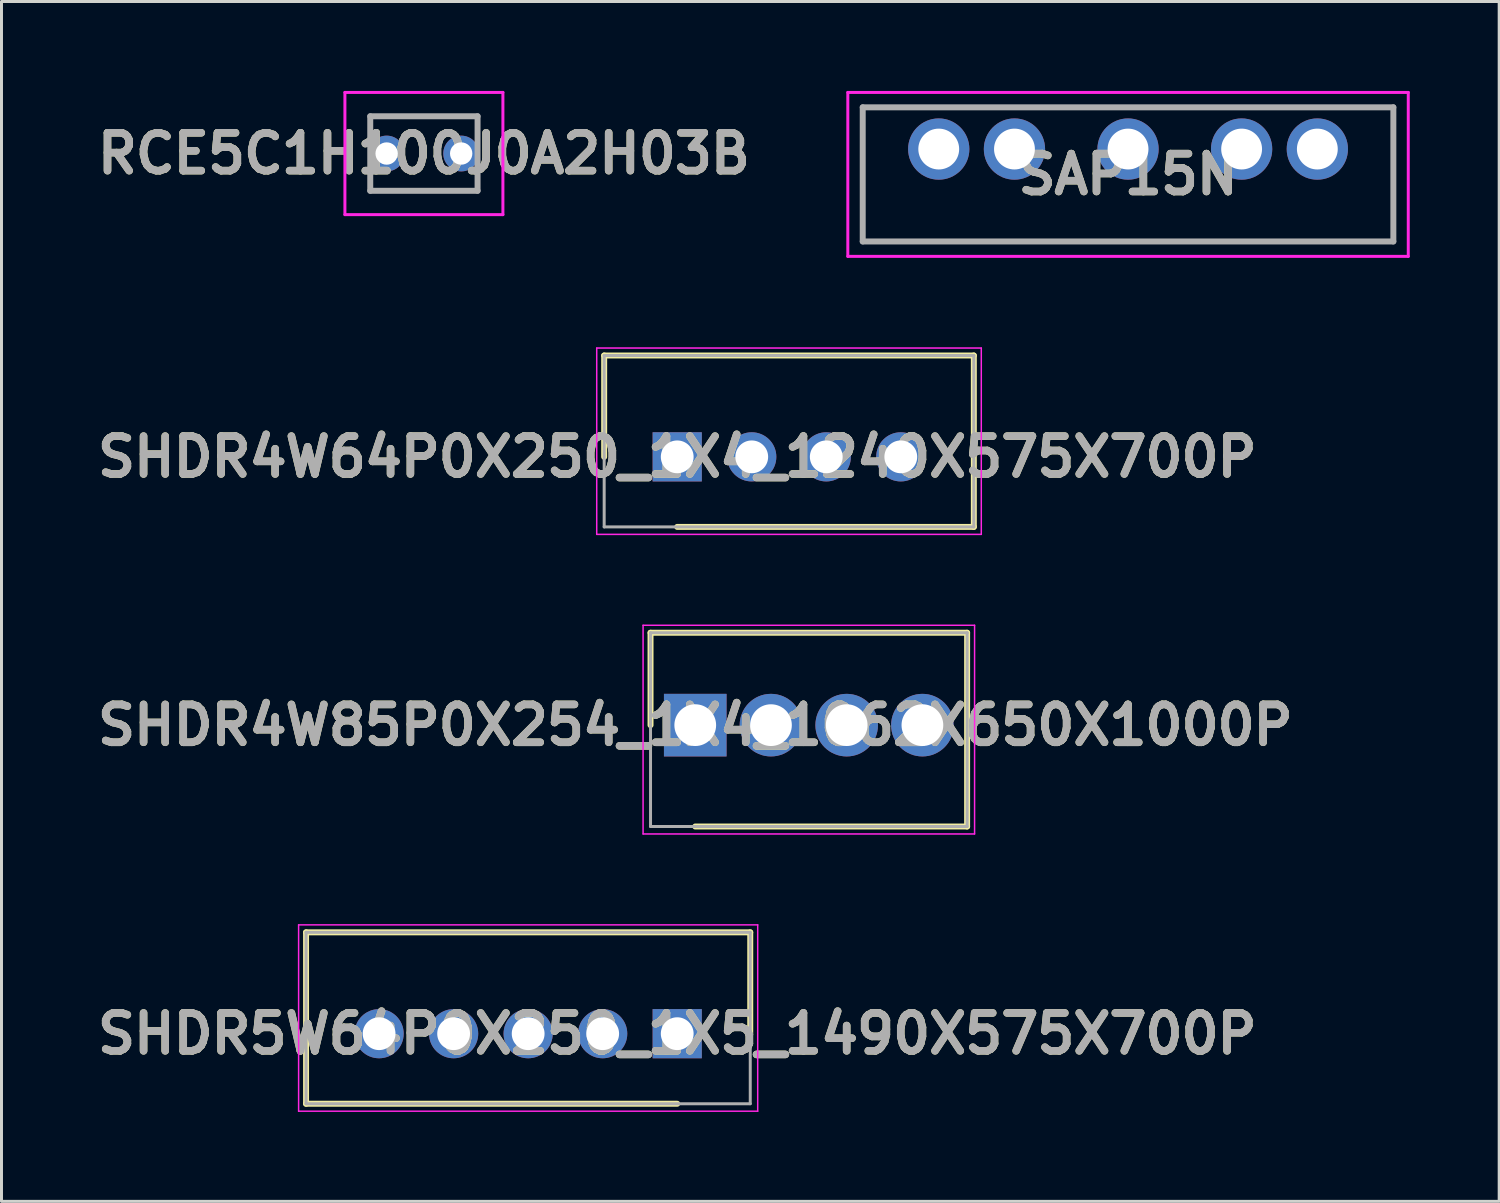
<source format=kicad_pcb>
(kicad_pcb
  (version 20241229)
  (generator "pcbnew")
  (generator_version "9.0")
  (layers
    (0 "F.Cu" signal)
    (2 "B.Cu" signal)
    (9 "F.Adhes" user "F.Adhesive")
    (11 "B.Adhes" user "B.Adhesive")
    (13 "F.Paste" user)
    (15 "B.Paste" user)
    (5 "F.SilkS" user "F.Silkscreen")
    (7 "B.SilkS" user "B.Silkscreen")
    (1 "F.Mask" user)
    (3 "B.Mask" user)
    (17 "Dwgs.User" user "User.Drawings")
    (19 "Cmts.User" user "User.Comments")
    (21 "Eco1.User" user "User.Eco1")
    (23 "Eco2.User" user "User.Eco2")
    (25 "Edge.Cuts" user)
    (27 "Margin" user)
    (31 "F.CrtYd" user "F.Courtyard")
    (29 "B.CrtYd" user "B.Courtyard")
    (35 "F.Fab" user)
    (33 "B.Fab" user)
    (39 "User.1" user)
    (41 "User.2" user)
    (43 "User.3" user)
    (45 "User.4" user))
  (footprint "SHDR5W64P0X250_1X5_1490X575X700P"
    (layer "F.Cu")
    (at 19.667 31.625)
    (property "Reference" "SHDR5W64P0X250_1X5_1490X575X700P" (at 0 0 0) (layer "F.SilkS") (effects (font (size 1.27 1.27) (thickness 0.254))))
    (attr through_hole)
    (fp_line (start -12.45 -3.4) (end 2.45 -3.4) (stroke (width 0.2) (type solid)) (layer "F.SilkS"))
    (fp_line (start -12.45 2.35) (end -12.45 -3.4) (stroke (width 0.2) (type solid)) (layer "F.SilkS"))
    (fp_line (start 0 2.35) (end -12.45 2.35) (stroke (width 0.2) (type solid)) (layer "F.SilkS"))
    (fp_line (start 2.45 -3.4) (end 2.45 0) (stroke (width 0.2) (type solid)) (layer "F.SilkS"))
    (fp_line (start -12.7 -3.65) (end 2.7 -3.65) (stroke (width 0.05) (type solid)) (layer "F.CrtYd"))
    (fp_line (start -12.7 2.6) (end -12.7 -3.65) (stroke (width 0.05) (type solid)) (layer "F.CrtYd"))
    (fp_line (start 2.7 -3.65) (end 2.7 2.6) (stroke (width 0.05) (type solid)) (layer "F.CrtYd"))
    (fp_line (start 2.7 2.6) (end -12.7 2.6) (stroke (width 0.05) (type solid)) (layer "F.CrtYd"))
    (fp_line (start -12.45 -3.4) (end 2.45 -3.4) (stroke (width 0.1) (type solid)) (layer "F.Fab"))
    (fp_line (start -12.45 2.35) (end -12.45 -3.4) (stroke (width 0.1) (type solid)) (layer "F.Fab"))
    (fp_line (start 2.45 -3.4) (end 2.45 2.35) (stroke (width 0.1) (type solid)) (layer "F.Fab"))
    (fp_line (start 2.45 2.35) (end -12.45 2.35) (stroke (width 0.1) (type solid)) (layer "F.Fab"))
    (fp_text user "${REFERENCE}" (at 0 0 0) (layer "F.Fab") (effects (font (size 1.27 1.27) (thickness 0.254))))
    (pad "1" thru_hole rect (at 0 0) (size 1.65 1.65) (drill 1.1) (layers "*.Cu" "*.Mask"))
    (pad "2" thru_hole circle (at -2.5 0) (size 1.65 1.65) (drill 1.1) (layers "*.Cu" "*.Mask"))
    (pad "3" thru_hole circle (at -5 0) (size 1.65 1.65) (drill 1.1) (layers "*.Cu" "*.Mask"))
    (pad "4" thru_hole circle (at -7.5 0) (size 1.65 1.65) (drill 1.1) (layers "*.Cu" "*.Mask"))
    (pad "5" thru_hole circle (at -10 0) (size 1.65 1.65) (drill 1.1) (layers "*.Cu" "*.Mask")))
  (footprint "SHDR4W64P0X250_1X4_1240X575X700P"
    (layer "F.Cu")
    (at 19.667 12.275)
    (property "Reference" "SHDR4W64P0X250_1X4_1240X575X700P" (at 0 0 0) (layer "F.SilkS") (effects (font (size 1.27 1.27) (thickness 0.254))))
    (attr through_hole)
    (fp_line (start -2.45 -3.4) (end -2.45 0) (stroke (width 0.2) (type solid)) (layer "F.SilkS"))
    (fp_line (start 0 2.35) (end 9.95 2.35) (stroke (width 0.2) (type solid)) (layer "F.SilkS"))
    (fp_line (start 9.95 -3.4) (end -2.45 -3.4) (stroke (width 0.2) (type solid)) (layer "F.SilkS"))
    (fp_line (start 9.95 2.35) (end 9.95 -3.4) (stroke (width 0.2) (type solid)) (layer "F.SilkS"))
    (fp_line (start -2.7 -3.65) (end 10.2 -3.65) (stroke (width 0.05) (type solid)) (layer "F.CrtYd"))
    (fp_line (start -2.7 2.6) (end -2.7 -3.65) (stroke (width 0.05) (type solid)) (layer "F.CrtYd"))
    (fp_line (start 10.2 -3.65) (end 10.2 2.6) (stroke (width 0.05) (type solid)) (layer "F.CrtYd"))
    (fp_line (start 10.2 2.6) (end -2.7 2.6) (stroke (width 0.05) (type solid)) (layer "F.CrtYd"))
    (fp_line (start -2.45 -3.4) (end 9.95 -3.4) (stroke (width 0.1) (type solid)) (layer "F.Fab"))
    (fp_line (start -2.45 2.35) (end -2.45 -3.4) (stroke (width 0.1) (type solid)) (layer "F.Fab"))
    (fp_line (start 9.95 -3.4) (end 9.95 2.35) (stroke (width 0.1) (type solid)) (layer "F.Fab"))
    (fp_line (start 9.95 2.35) (end -2.45 2.35) (stroke (width 0.1) (type solid)) (layer "F.Fab"))
    (fp_text user "${REFERENCE}" (at 0 0 0) (layer "F.Fab") (effects (font (size 1.27 1.27) (thickness 0.254))))
    (pad "1" thru_hole rect (at 0 0) (size 1.65 1.65) (drill 1.1) (layers "*.Cu" "*.Mask"))
    (pad "2" thru_hole circle (at 2.5 0) (size 1.65 1.65) (drill 1.1) (layers "*.Cu" "*.Mask"))
    (pad "3" thru_hole circle (at 5 0) (size 1.65 1.65) (drill 1.1) (layers "*.Cu" "*.Mask"))
    (pad "4" thru_hole circle (at 7.5 0) (size 1.65 1.65) (drill 1.1) (layers "*.Cu" "*.Mask")))
  (footprint "SAP15N"
    (layer "F.Cu")
    (at 28.44 1.95)
    (property "Reference" "SAP15N" (at 6.35 0.85 0) (layer "F.SilkS") (effects (font (size 1.27 1.27) (thickness 0.254))))
    (attr through_hole)
    (fp_line (start -2.54 -1.4) (end 15.24 -1.4) (stroke (width 0.1) (type solid)) (layer "F.SilkS"))
    (fp_line (start -2.54 3.1) (end -2.54 -1.4) (stroke (width 0.1) (type solid)) (layer "F.SilkS"))
    (fp_line (start 15.24 -1.4) (end 15.24 3.1) (stroke (width 0.1) (type solid)) (layer "F.SilkS"))
    (fp_line (start 15.24 3.1) (end -2.54 3.1) (stroke (width 0.1) (type solid)) (layer "F.SilkS"))
    (fp_line (start -3.05 -1.9) (end 15.75 -1.9) (stroke (width 0.1) (type solid)) (layer "F.CrtYd"))
    (fp_line (start -3.05 3.6) (end -3.05 -1.9) (stroke (width 0.1) (type solid)) (layer "F.CrtYd"))
    (fp_line (start 15.75 -1.9) (end 15.75 3.6) (stroke (width 0.1) (type solid)) (layer "F.CrtYd"))
    (fp_line (start 15.75 3.6) (end -3.05 3.6) (stroke (width 0.1) (type solid)) (layer "F.CrtYd"))
    (fp_line (start -2.55 -1.4) (end 15.25 -1.4) (stroke (width 0.2) (type solid)) (layer "F.Fab"))
    (fp_line (start -2.55 3.1) (end -2.55 -1.4) (stroke (width 0.2) (type solid)) (layer "F.Fab"))
    (fp_line (start 15.25 -1.4) (end 15.25 3.1) (stroke (width 0.2) (type solid)) (layer "F.Fab"))
    (fp_line (start 15.25 3.1) (end -2.55 3.1) (stroke (width 0.2) (type solid)) (layer "F.Fab"))
    (fp_text user "${REFERENCE}" (at 6.35 0.85 0) (layer "F.Fab") (effects (font (size 1.27 1.27) (thickness 0.254))))
    (pad "1" thru_hole circle (at 0 0) (size 2.055 2.055) (drill 1.37) (layers "*.Cu" "*.Mask"))
    (pad "2" thru_hole circle (at 2.54 0) (size 2.055 2.055) (drill 1.37) (layers "*.Cu" "*.Mask"))
    (pad "3" thru_hole circle (at 6.35 0) (size 2.055 2.055) (drill 1.37) (layers "*.Cu" "*.Mask"))
    (pad "4" thru_hole circle (at 10.16 0) (size 2.055 2.055) (drill 1.37) (layers "*.Cu" "*.Mask"))
    (pad "5" thru_hole circle (at 12.7 0) (size 2.055 2.055) (drill 1.37) (layers "*.Cu" "*.Mask")))
  (footprint "SHDR4W85P0X254_1X4_1062X650X1000P"
    (layer "F.Cu")
    (at 20.272 21.275)
    (property "Reference" "SHDR4W85P0X254_1X4_1062X650X1000P" (at 0 0 0) (layer "F.SilkS") (effects (font (size 1.27 1.27) (thickness 0.254))))
    (attr through_hole)
    (fp_line (start -1.5 -3.1) (end -1.5 0) (stroke (width 0.2) (type solid)) (layer "F.SilkS"))
    (fp_line (start 0 3.4) (end 9.12 3.4) (stroke (width 0.2) (type solid)) (layer "F.SilkS"))
    (fp_line (start 9.12 -3.1) (end -1.5 -3.1) (stroke (width 0.2) (type solid)) (layer "F.SilkS"))
    (fp_line (start 9.12 3.4) (end 9.12 -3.1) (stroke (width 0.2) (type solid)) (layer "F.SilkS"))
    (fp_line (start -1.75 -3.35) (end 9.37 -3.35) (stroke (width 0.05) (type solid)) (layer "F.CrtYd"))
    (fp_line (start -1.75 3.65) (end -1.75 -3.35) (stroke (width 0.05) (type solid)) (layer "F.CrtYd"))
    (fp_line (start 9.37 -3.35) (end 9.37 3.65) (stroke (width 0.05) (type solid)) (layer "F.CrtYd"))
    (fp_line (start 9.37 3.65) (end -1.75 3.65) (stroke (width 0.05) (type solid)) (layer "F.CrtYd"))
    (fp_line (start -1.5 -3.1) (end 9.12 -3.1) (stroke (width 0.1) (type solid)) (layer "F.Fab"))
    (fp_line (start -1.5 3.4) (end -1.5 -3.1) (stroke (width 0.1) (type solid)) (layer "F.Fab"))
    (fp_line (start 9.12 -3.1) (end 9.12 3.4) (stroke (width 0.1) (type solid)) (layer "F.Fab"))
    (fp_line (start 9.12 3.4) (end -1.5 3.4) (stroke (width 0.1) (type solid)) (layer "F.Fab"))
    (fp_text user "${REFERENCE}" (at 0 0 0) (layer "F.Fab") (effects (font (size 1.27 1.27) (thickness 0.254))))
    (pad "1" thru_hole rect (at 0 0) (size 2.1 2.1) (drill 1.4) (layers "*.Cu" "*.Mask"))
    (pad "2" thru_hole circle (at 2.54 0) (size 2.1 2.1) (drill 1.4) (layers "*.Cu" "*.Mask"))
    (pad "3" thru_hole circle (at 5.08 0) (size 2.1 2.1) (drill 1.4) (layers "*.Cu" "*.Mask"))
    (pad "4" thru_hole circle (at 7.62 0) (size 2.1 2.1) (drill 1.4) (layers "*.Cu" "*.Mask")))
  (footprint "RCE5C1H100J0A2H03B"
    (layer "F.Cu")
    (at 9.92 2.1)
    (property "Reference" "RCE5C1H100J0A2H03B" (at 1.25 0 0) (layer "F.SilkS") (effects (font (size 1.27 1.27) (thickness 0.254))))
    (attr through_hole)
    (fp_line (start -0.55 -1.25) (end 3.05 -1.25) (stroke (width 0.1) (type solid)) (layer "F.SilkS"))
    (fp_line (start -0.55 -1) (end -0.55 -1.25) (stroke (width 0.1) (type solid)) (layer "F.SilkS"))
    (fp_line (start -0.55 1) (end -0.55 1.25) (stroke (width 0.1) (type solid)) (layer "F.SilkS"))
    (fp_line (start -0.55 1.25) (end 3.05 1.25) (stroke (width 0.1) (type solid)) (layer "F.SilkS"))
    (fp_line (start 3.05 -1.25) (end 3.05 -1) (stroke (width 0.1) (type solid)) (layer "F.SilkS"))
    (fp_line (start 3.05 1.25) (end 3.05 1) (stroke (width 0.1) (type solid)) (layer "F.SilkS"))
    (fp_line (start -1.4 -2.05) (end 3.9 -2.05) (stroke (width 0.1) (type solid)) (layer "F.CrtYd"))
    (fp_line (start -1.4 2.05) (end -1.4 -2.05) (stroke (width 0.1) (type solid)) (layer "F.CrtYd"))
    (fp_line (start 3.9 -2.05) (end 3.9 2.05) (stroke (width 0.1) (type solid)) (layer "F.CrtYd"))
    (fp_line (start 3.9 2.05) (end -1.4 2.05) (stroke (width 0.1) (type solid)) (layer "F.CrtYd"))
    (fp_line (start -0.55 -1.25) (end 3.05 -1.25) (stroke (width 0.2) (type solid)) (layer "F.Fab"))
    (fp_line (start -0.55 1.25) (end -0.55 -1.25) (stroke (width 0.2) (type solid)) (layer "F.Fab"))
    (fp_line (start 3.05 -1.25) (end 3.05 1.25) (stroke (width 0.2) (type solid)) (layer "F.Fab"))
    (fp_line (start 3.05 1.25) (end -0.55 1.25) (stroke (width 0.2) (type solid)) (layer "F.Fab"))
    (fp_text user "${REFERENCE}" (at 1.25 0 0) (layer "F.Fab") (effects (font (size 1.27 1.27) (thickness 0.254))))
    (pad "1" thru_hole circle (at 0 0) (size 1.2 1.2) (drill 0.75) (layers "*.Cu" "*.Mask"))
    (pad "2" thru_hole circle (at 2.5 0) (size 1.2 1.2) (drill 0.75) (layers "*.Cu" "*.Mask")))
  (gr_rect
    (start -3 -3)
    (end 47.24 37.25)
    (stroke (width 0.1) (type default))
    (fill no)
    (layer "Edge.Cuts")))
</source>
